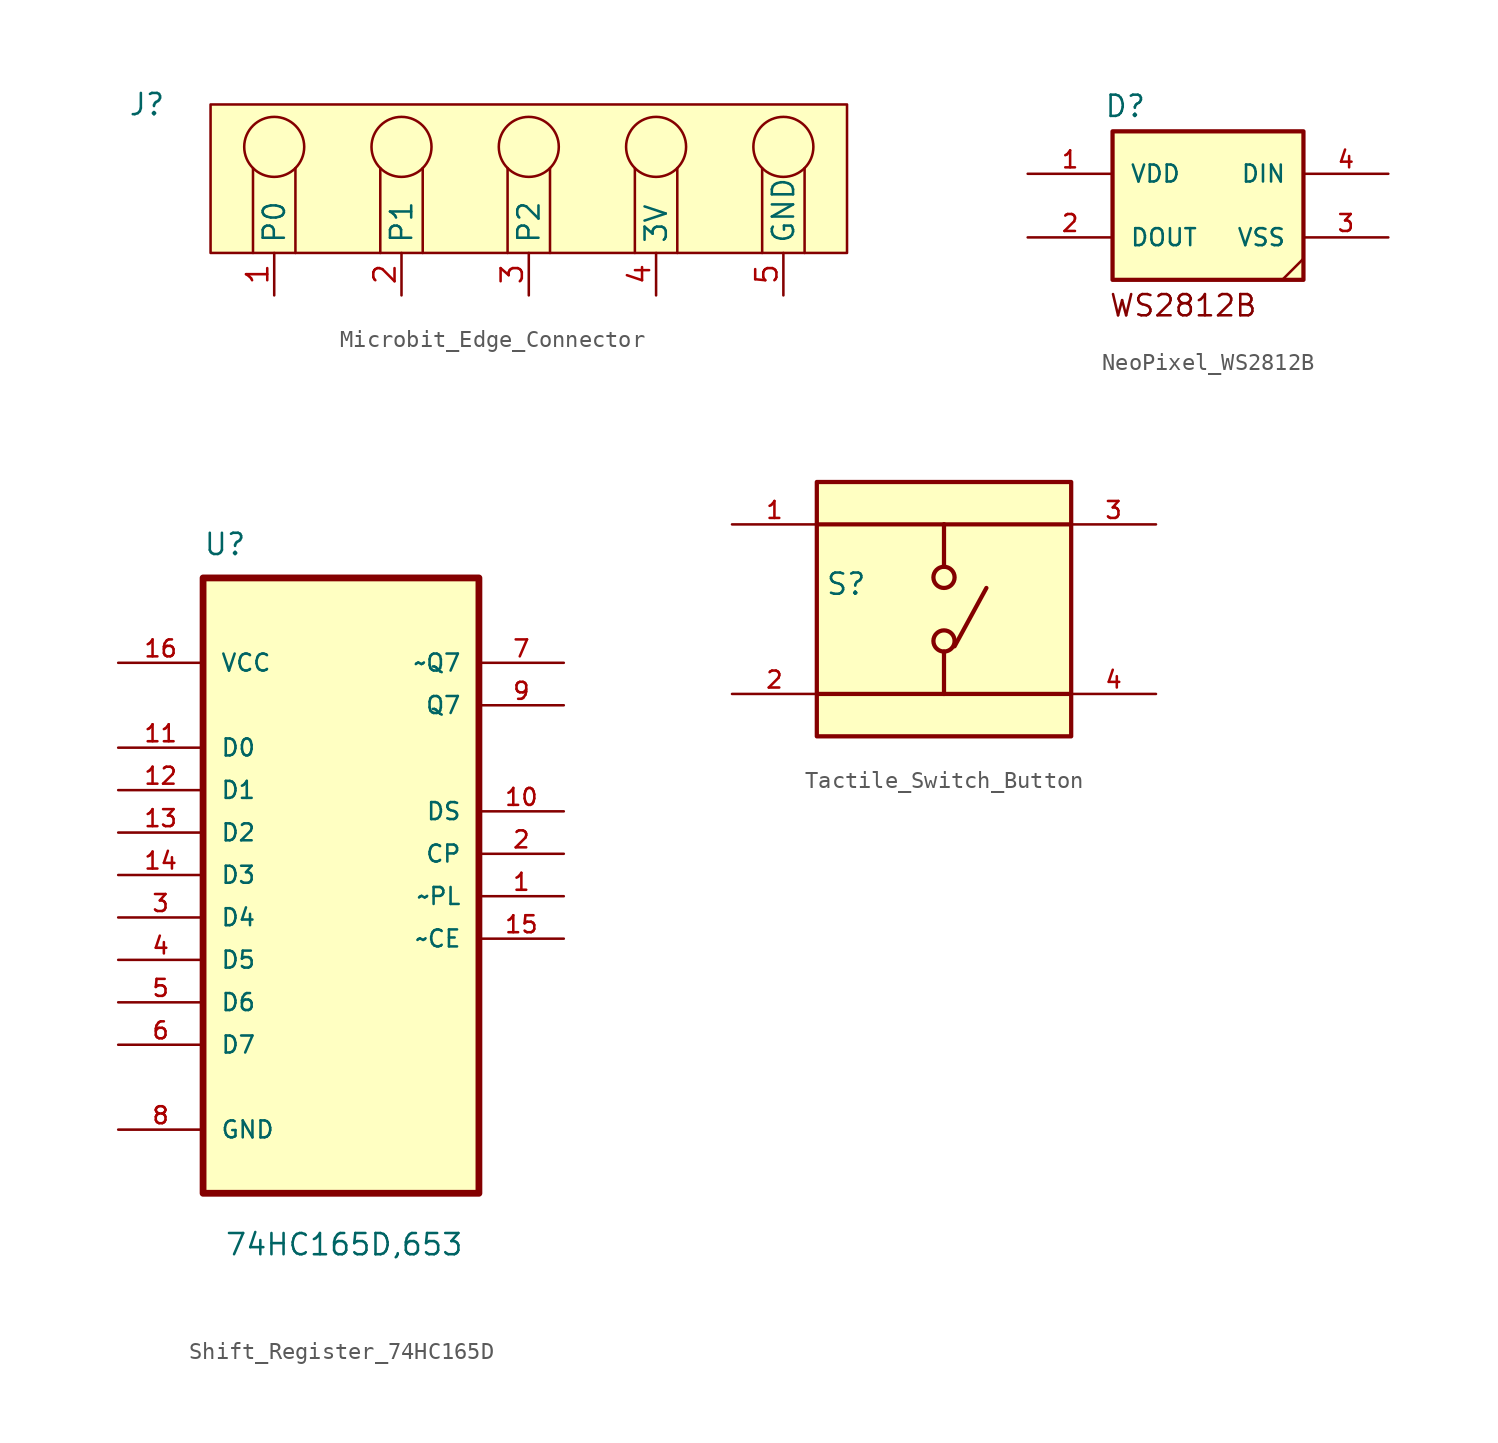
<source format=kicad_sym>
(kicad_symbol_lib
  (version 20231120)
  (generator "kicad_symbol_editor")
  (generator_version "8.0")
  (symbol "Microbit_Edge_Connector"
    (property "Reference" "J"
      (at -22.86 5.08 0)
      (effects (font (size 1.27 1.27))))
    (symbol "Microbit_Edge_Connector_0_1"
      (circle (center -15.24 2.54) (radius 1.796) (stroke (width 0) (type default)) (fill (type none)))
      (circle (center -7.62 2.54) (radius 1.796) (stroke (width 0) (type default)) (fill (type none)))
      (polyline (pts (xy -16.51 -3.81) (xy -16.51 1.27)) (stroke (width 0) (type default)) (fill (type none)))
      (polyline (pts (xy -13.97 1.27) (xy -13.97 -3.81)) (stroke (width 0) (type default)) (fill (type none)))
      (polyline (pts (xy -8.89 -3.81) (xy -8.89 1.27)) (stroke (width 0) (type default)) (fill (type none)))
      (polyline (pts (xy -6.35 1.27) (xy -6.35 -3.81)) (stroke (width 0) (type default)) (fill (type none)))
      (polyline (pts (xy -1.27 -3.81) (xy -1.27 1.27)) (stroke (width 0) (type default)) (fill (type none)))
      (polyline (pts (xy 1.27 1.27) (xy 1.27 -3.81)) (stroke (width 0) (type default)) (fill (type none)))
      (polyline (pts (xy 6.35 1.27) (xy 6.35 -3.81)) (stroke (width 0) (type default)) (fill (type none)))
      (polyline (pts (xy 8.89 -3.81) (xy 8.89 1.27)) (stroke (width 0) (type default)) (fill (type none)))
      (polyline (pts (xy 13.97 1.27) (xy 13.97 -3.81)) (stroke (width 0) (type default)) (fill (type none)))
      (polyline (pts (xy 16.51 1.27) (xy 16.51 -3.81)) (stroke (width 0) (type default)) (fill (type none)))
      (circle (center 0 2.54) (radius 1.796) (stroke (width 0) (type default)) (fill (type none)))
      (circle (center 7.62 2.54) (radius 1.796) (stroke (width 0) (type default)) (fill (type none)))
      (circle (center 15.24 2.54) (radius 1.796) (stroke (width 0) (type default)) (fill (type none))))
    (symbol "Microbit_Edge_Connector_1_1"
      (rectangle (start -19.05 5.08) (end 19.05 -3.81) (stroke (width 0) (type solid)) (fill (type background)))
      (pin bidirectional line (at -15.24 -6.35 90) (length 2.54) (name "P0" (effects (font (size 1.27 1.27)))) (number "1" (effects (font (size 1.27 1.27)))))
      (pin bidirectional line (at -7.62 -6.35 90) (length 2.54) (name "P1" (effects (font (size 1.27 1.27)))) (number "2" (effects (font (size 1.27 1.27)))))
      (pin bidirectional line (at 0 -6.35 90) (length 2.54) (name "P2" (effects (font (size 1.27 1.27)))) (number "3" (effects (font (size 1.27 1.27)))))
      (pin power_out line (at 7.62 -6.35 90) (length 2.54) (name "3V" (effects (font (size 1.27 1.27)))) (number "4" (effects (font (size 1.27 1.27)))))
      (pin power_out line (at 15.24 -6.35 90) (length 2.54) (name "GND" (effects (font (size 1.27 1.27)))) (number "5" (effects (font (size 1.27 1.27)))))))
  (symbol "NeoPixel_WS2812B"
    (pin_names
      (offset 1.016))
    (property "Reference" "D"
      (at -5.588 8.382 0)
      (effects (font (size 1.27 1.27)) (justify bottom)))
    (symbol "NeoPixel_WS2812B_0_0"
      (rectangle (start -6.35 7.62) (end 5.08 -1.27) (stroke (width 0.254) (type default)) (fill (type background)))
      (text "WS2812B" (at -6.604 -3.556 0) (effects (font (size 1.27 1.27)) (justify left bottom))))
    (symbol "NeoPixel_WS2812B_0_1"
      (polyline (pts (xy 5.08 0) (xy 3.81 -1.27)) (stroke (width 0) (type default)) (fill (type none))))
    (symbol "NeoPixel_WS2812B_1_0"
      (pin power_in line (at -11.43 5.08 0) (length 5.08) (name "VDD" (effects (font (size 1.016 1.016)))) (number "1" (effects (font (size 1.016 1.016)))))
      (pin output line (at -11.43 1.27 0) (length 5.08) (name "DOUT" (effects (font (size 1.016 1.016)))) (number "2" (effects (font (size 1.016 1.016)))))
      (pin power_in line (at 10.16 1.27 180) (length 5.08) (name "VSS" (effects (font (size 1.016 1.016)))) (number "3" (effects (font (size 1.016 1.016)))))
      (pin input line (at 10.16 5.08 180) (length 5.08) (name "DIN" (effects (font (size 1.016 1.016)))) (number "4" (effects (font (size 1.016 1.016)))))))
  (symbol "Shift_Register_74HC165D"
    (pin_names
      (offset 1.016))
    (property "Reference" "U"
      (at -12.7 22.86 0)
      (effects (font (size 1.27 1.27)) (justify left bottom)))
    (property "Value" "74HC165D,653"
      (at -11.43 -19.05 0)
      (effects (font (size 1.27 1.27)) (justify left bottom)))
    (symbol "Shift_Register_74HC165D_0_0"
      (rectangle (start -12.7 21.59) (end 3.81 -15.24) (stroke (width 0.406) (type default)) (fill (type background)))
      (pin input line (at 8.89 2.54 180) (length 5.08) (name "~PL" (effects (font (size 1.016 1.016)))) (number "1" (effects (font (size 1.016 1.016)))))
      (pin input line (at 8.89 7.62 180) (length 5.08) (name "DS" (effects (font (size 1.016 1.016)))) (number "10" (effects (font (size 1.016 1.016)))))
      (pin input line (at -17.78 11.43 0) (length 5.08) (name "D0" (effects (font (size 1.016 1.016)))) (number "11" (effects (font (size 1.016 1.016)))))
      (pin input line (at -17.78 8.89 0) (length 5.08) (name "D1" (effects (font (size 1.016 1.016)))) (number "12" (effects (font (size 1.016 1.016)))))
      (pin input line (at -17.78 6.35 0) (length 5.08) (name "D2" (effects (font (size 1.016 1.016)))) (number "13" (effects (font (size 1.016 1.016)))))
      (pin input line (at -17.78 3.81 0) (length 5.08) (name "D3" (effects (font (size 1.016 1.016)))) (number "14" (effects (font (size 1.016 1.016)))))
      (pin input line (at 8.89 0 180) (length 5.08) (name "~CE" (effects (font (size 1.016 1.016)))) (number "15" (effects (font (size 1.016 1.016)))))
      (pin power_in line (at -17.78 16.51 0) (length 5.08) (name "VCC" (effects (font (size 1.016 1.016)))) (number "16" (effects (font (size 1.016 1.016)))))
      (pin input line (at 8.89 5.08 180) (length 5.08) (name "CP" (effects (font (size 1.016 1.016)))) (number "2" (effects (font (size 1.016 1.016)))))
      (pin input line (at -17.78 1.27 0) (length 5.08) (name "D4" (effects (font (size 1.016 1.016)))) (number "3" (effects (font (size 1.016 1.016)))))
      (pin input line (at -17.78 -1.27 0) (length 5.08) (name "D5" (effects (font (size 1.016 1.016)))) (number "4" (effects (font (size 1.016 1.016)))))
      (pin input line (at -17.78 -3.81 0) (length 5.08) (name "D6" (effects (font (size 1.016 1.016)))) (number "5" (effects (font (size 1.016 1.016)))))
      (pin input line (at -17.78 -6.35 0) (length 5.08) (name "D7" (effects (font (size 1.016 1.016)))) (number "6" (effects (font (size 1.016 1.016)))))
      (pin output line (at 8.89 16.51 180) (length 5.08) (name "~Q7" (effects (font (size 1.016 1.016)))) (number "7" (effects (font (size 1.016 1.016)))))
      (pin passive line (at -17.78 -11.43 0) (length 5.08) (name "GND" (effects (font (size 1.016 1.016)))) (number "8" (effects (font (size 1.016 1.016)))))
      (pin output line (at 8.89 13.97 180) (length 5.08) (name "Q7" (effects (font (size 1.016 1.016)))) (number "9" (effects (font (size 1.016 1.016)))))))
  (symbol "Tactile_Switch_Button"
    (pin_names
      (offset 1.016))
    (property "Reference" "S"
      (at -7.112 0.762 0)
      (do_not_autoplace)
      (effects (font (size 1.27 1.27)) (justify left bottom)))
    (symbol "Tactile_Switch_Button_0_0"
      (circle (center 0 -1.905) (radius 0.635) (stroke (width 0.254) (type default)) (fill (type none)))
      (polyline (pts (xy 0 -5.08) (xy -7.62 -5.08)) (stroke (width 0.254) (type default)) (fill (type none)))
      (polyline (pts (xy 0 -5.08) (xy 7.62 -5.08)) (stroke (width 0.254) (type default)) (fill (type none)))
      (polyline (pts (xy 0 -2.54) (xy 0 -5.08)) (stroke (width 0.254) (type default)) (fill (type none)))
      (polyline (pts (xy 0 5.08) (xy -7.62 5.08)) (stroke (width 0.254) (type default)) (fill (type none)))
      (polyline (pts (xy 0 5.08) (xy 0 2.54)) (stroke (width 0.254) (type default)) (fill (type none)))
      (polyline (pts (xy 0 5.08) (xy 7.62 5.08)) (stroke (width 0.254) (type default)) (fill (type none)))
      (polyline (pts (xy 0.635 -2.223) (xy 2.54 1.27)) (stroke (width 0.254) (type default)) (fill (type none)))
      (circle (center 0 1.905) (radius 0.635) (stroke (width 0.254) (type default)) (fill (type none)))
      (pin passive line (at -12.7 5.08 0) (length 5.08) (name "~" (effects (font (size 1.016 1.016)))) (number "1" (effects (font (size 1.016 1.016)))))
      (pin passive line (at -12.7 -5.08 0) (length 5.08) (name "~" (effects (font (size 1.016 1.016)))) (number "2" (effects (font (size 1.016 1.016)))))
      (pin passive line (at 12.7 5.08 180) (length 5.08) (name "~" (effects (font (size 1.016 1.016)))) (number "3" (effects (font (size 1.016 1.016)))))
      (pin passive line (at 12.7 -5.08 180) (length 5.08) (name "~" (effects (font (size 1.016 1.016)))) (number "4" (effects (font (size 1.016 1.016))))))
    (symbol "Tactile_Switch_Button_1_0"
      (rectangle (start -7.62 7.62) (end 7.62 -7.62) (stroke (width 0.254) (type default)) (fill (type background))))))
</source>
